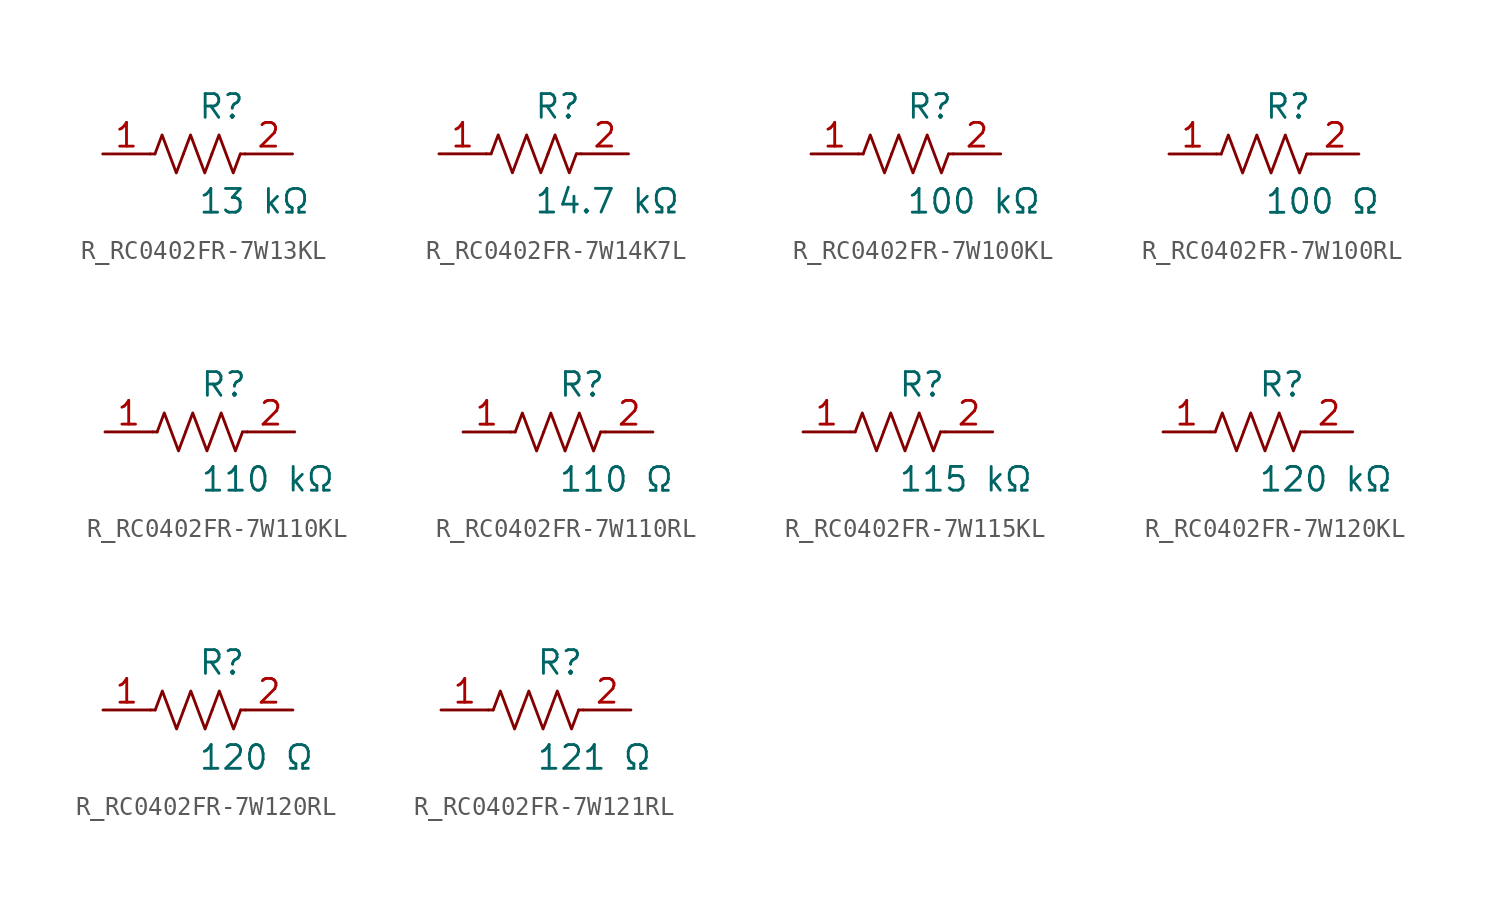
<source format=kicad_sym>
(kicad_symbol_lib
  (version 20231120)
  (generator kicad_symbol_editor)
  (generator_version 8.0)
  (symbol "R_RC0402FR-7W13KL"
    (pin_names
      (offset 0.254))
    (property "Reference" "R"
      (at 0 2.54 0)
      (effects (font (size 1.27 1.27)) (justify left)))
    (property "Value" "13 kΩ"
      (at 0 -2.54 0)
      (effects (font (size 1.27 1.27)) (justify left)))
    (symbol "R_RC0402FR-7W13KL_0_1"
      (polyline (pts (xy 2.286 0) (xy 2.54 0)) (stroke (width 0) (type default)) (fill (type none)))
      (polyline (pts (xy -2.286 0) (xy -2.54 0)) (stroke (width 0) (type default)) (fill (type none)))
      (polyline (pts (xy 0.762 0) (xy 1.143 1.016) (xy 1.524 0) (xy 1.905 -1.016) (xy 2.286 0)) (stroke (width 0) (type default)) (fill (type none)))
      (polyline (pts (xy -0.762 0) (xy -0.381 1.016) (xy 0 0) (xy 0.381 -1.016) (xy 0.762 0)) (stroke (width 0) (type default)) (fill (type none)))
      (polyline (pts (xy -2.286 0) (xy -1.905 1.016) (xy -1.524 0) (xy -1.143 -1.016) (xy -0.762 0)) (stroke (width 0) (type default)) (fill (type none))))
    (pin passive line
      (at -5.08 0 0)
      (length 2.54)
      (name "" (effects (font (size 1.27 1.27))))
      (number "1" (effects (font (size 1.27 1.27)))))
    (pin passive line
      (at 5.08 0 180)
      (length 2.54)
      (name "" (effects (font (size 1.27 1.27))))
      (number "2" (effects (font (size 1.27 1.27))))))
  (symbol "R_RC0402FR-7W14K7L"
    (pin_names
      (offset 0.254))
    (property "Reference" "R"
      (at 0 2.54 0)
      (effects (font (size 1.27 1.27)) (justify left)))
    (property "Value" "14.7 kΩ"
      (at 0 -2.54 0)
      (effects (font (size 1.27 1.27)) (justify left)))
    (symbol "R_RC0402FR-7W14K7L_0_1"
      (polyline (pts (xy 2.286 0) (xy 2.54 0)) (stroke (width 0) (type default)) (fill (type none)))
      (polyline (pts (xy -2.286 0) (xy -2.54 0)) (stroke (width 0) (type default)) (fill (type none)))
      (polyline (pts (xy 0.762 0) (xy 1.143 1.016) (xy 1.524 0) (xy 1.905 -1.016) (xy 2.286 0)) (stroke (width 0) (type default)) (fill (type none)))
      (polyline (pts (xy -0.762 0) (xy -0.381 1.016) (xy 0 0) (xy 0.381 -1.016) (xy 0.762 0)) (stroke (width 0) (type default)) (fill (type none)))
      (polyline (pts (xy -2.286 0) (xy -1.905 1.016) (xy -1.524 0) (xy -1.143 -1.016) (xy -0.762 0)) (stroke (width 0) (type default)) (fill (type none))))
    (pin passive line
      (at -5.08 0 0)
      (length 2.54)
      (name "" (effects (font (size 1.27 1.27))))
      (number "1" (effects (font (size 1.27 1.27)))))
    (pin passive line
      (at 5.08 0 180)
      (length 2.54)
      (name "" (effects (font (size 1.27 1.27))))
      (number "2" (effects (font (size 1.27 1.27))))))
  (symbol "R_RC0402FR-7W100KL"
    (pin_names
      (offset 0.254))
    (property "Reference" "R"
      (at 0 2.54 0)
      (effects (font (size 1.27 1.27)) (justify left)))
    (property "Value" "100 kΩ"
      (at 0 -2.54 0)
      (effects (font (size 1.27 1.27)) (justify left)))
    (symbol "R_RC0402FR-7W100KL_0_1"
      (polyline (pts (xy 2.286 0) (xy 2.54 0)) (stroke (width 0) (type default)) (fill (type none)))
      (polyline (pts (xy -2.286 0) (xy -2.54 0)) (stroke (width 0) (type default)) (fill (type none)))
      (polyline (pts (xy 0.762 0) (xy 1.143 1.016) (xy 1.524 0) (xy 1.905 -1.016) (xy 2.286 0)) (stroke (width 0) (type default)) (fill (type none)))
      (polyline (pts (xy -0.762 0) (xy -0.381 1.016) (xy 0 0) (xy 0.381 -1.016) (xy 0.762 0)) (stroke (width 0) (type default)) (fill (type none)))
      (polyline (pts (xy -2.286 0) (xy -1.905 1.016) (xy -1.524 0) (xy -1.143 -1.016) (xy -0.762 0)) (stroke (width 0) (type default)) (fill (type none))))
    (pin passive line
      (at -5.08 0 0)
      (length 2.54)
      (name "" (effects (font (size 1.27 1.27))))
      (number "1" (effects (font (size 1.27 1.27)))))
    (pin passive line
      (at 5.08 0 180)
      (length 2.54)
      (name "" (effects (font (size 1.27 1.27))))
      (number "2" (effects (font (size 1.27 1.27))))))
  (symbol "R_RC0402FR-7W100RL"
    (pin_names
      (offset 0.254))
    (property "Reference" "R"
      (at 0 2.54 0)
      (effects (font (size 1.27 1.27)) (justify left)))
    (property "Value" "100 Ω"
      (at 0 -2.54 0)
      (effects (font (size 1.27 1.27)) (justify left)))
    (symbol "R_RC0402FR-7W100RL_0_1"
      (polyline (pts (xy 2.286 0) (xy 2.54 0)) (stroke (width 0) (type default)) (fill (type none)))
      (polyline (pts (xy -2.286 0) (xy -2.54 0)) (stroke (width 0) (type default)) (fill (type none)))
      (polyline (pts (xy 0.762 0) (xy 1.143 1.016) (xy 1.524 0) (xy 1.905 -1.016) (xy 2.286 0)) (stroke (width 0) (type default)) (fill (type none)))
      (polyline (pts (xy -0.762 0) (xy -0.381 1.016) (xy 0 0) (xy 0.381 -1.016) (xy 0.762 0)) (stroke (width 0) (type default)) (fill (type none)))
      (polyline (pts (xy -2.286 0) (xy -1.905 1.016) (xy -1.524 0) (xy -1.143 -1.016) (xy -0.762 0)) (stroke (width 0) (type default)) (fill (type none))))
    (pin passive line
      (at -5.08 0 0)
      (length 2.54)
      (name "" (effects (font (size 1.27 1.27))))
      (number "1" (effects (font (size 1.27 1.27)))))
    (pin passive line
      (at 5.08 0 180)
      (length 2.54)
      (name "" (effects (font (size 1.27 1.27))))
      (number "2" (effects (font (size 1.27 1.27))))))
  (symbol "R_RC0402FR-7W110KL"
    (pin_names
      (offset 0.254))
    (property "Reference" "R"
      (at 0 2.54 0)
      (effects (font (size 1.27 1.27)) (justify left)))
    (property "Value" "110 kΩ"
      (at 0 -2.54 0)
      (effects (font (size 1.27 1.27)) (justify left)))
    (symbol "R_RC0402FR-7W110KL_0_1"
      (polyline (pts (xy 2.286 0) (xy 2.54 0)) (stroke (width 0) (type default)) (fill (type none)))
      (polyline (pts (xy -2.286 0) (xy -2.54 0)) (stroke (width 0) (type default)) (fill (type none)))
      (polyline (pts (xy 0.762 0) (xy 1.143 1.016) (xy 1.524 0) (xy 1.905 -1.016) (xy 2.286 0)) (stroke (width 0) (type default)) (fill (type none)))
      (polyline (pts (xy -0.762 0) (xy -0.381 1.016) (xy 0 0) (xy 0.381 -1.016) (xy 0.762 0)) (stroke (width 0) (type default)) (fill (type none)))
      (polyline (pts (xy -2.286 0) (xy -1.905 1.016) (xy -1.524 0) (xy -1.143 -1.016) (xy -0.762 0)) (stroke (width 0) (type default)) (fill (type none))))
    (pin passive line
      (at -5.08 0 0)
      (length 2.54)
      (name "" (effects (font (size 1.27 1.27))))
      (number "1" (effects (font (size 1.27 1.27)))))
    (pin passive line
      (at 5.08 0 180)
      (length 2.54)
      (name "" (effects (font (size 1.27 1.27))))
      (number "2" (effects (font (size 1.27 1.27))))))
  (symbol "R_RC0402FR-7W110RL"
    (pin_names
      (offset 0.254))
    (property "Reference" "R"
      (at 0 2.54 0)
      (effects (font (size 1.27 1.27)) (justify left)))
    (property "Value" "110 Ω"
      (at 0 -2.54 0)
      (effects (font (size 1.27 1.27)) (justify left)))
    (symbol "R_RC0402FR-7W110RL_0_1"
      (polyline (pts (xy 2.286 0) (xy 2.54 0)) (stroke (width 0) (type default)) (fill (type none)))
      (polyline (pts (xy -2.286 0) (xy -2.54 0)) (stroke (width 0) (type default)) (fill (type none)))
      (polyline (pts (xy 0.762 0) (xy 1.143 1.016) (xy 1.524 0) (xy 1.905 -1.016) (xy 2.286 0)) (stroke (width 0) (type default)) (fill (type none)))
      (polyline (pts (xy -0.762 0) (xy -0.381 1.016) (xy 0 0) (xy 0.381 -1.016) (xy 0.762 0)) (stroke (width 0) (type default)) (fill (type none)))
      (polyline (pts (xy -2.286 0) (xy -1.905 1.016) (xy -1.524 0) (xy -1.143 -1.016) (xy -0.762 0)) (stroke (width 0) (type default)) (fill (type none))))
    (pin passive line
      (at -5.08 0 0)
      (length 2.54)
      (name "" (effects (font (size 1.27 1.27))))
      (number "1" (effects (font (size 1.27 1.27)))))
    (pin passive line
      (at 5.08 0 180)
      (length 2.54)
      (name "" (effects (font (size 1.27 1.27))))
      (number "2" (effects (font (size 1.27 1.27))))))
  (symbol "R_RC0402FR-7W115KL"
    (pin_names
      (offset 0.254))
    (property "Reference" "R"
      (at 0 2.54 0)
      (effects (font (size 1.27 1.27)) (justify left)))
    (property "Value" "115 kΩ"
      (at 0 -2.54 0)
      (effects (font (size 1.27 1.27)) (justify left)))
    (symbol "R_RC0402FR-7W115KL_0_1"
      (polyline (pts (xy 2.286 0) (xy 2.54 0)) (stroke (width 0) (type default)) (fill (type none)))
      (polyline (pts (xy -2.286 0) (xy -2.54 0)) (stroke (width 0) (type default)) (fill (type none)))
      (polyline (pts (xy 0.762 0) (xy 1.143 1.016) (xy 1.524 0) (xy 1.905 -1.016) (xy 2.286 0)) (stroke (width 0) (type default)) (fill (type none)))
      (polyline (pts (xy -0.762 0) (xy -0.381 1.016) (xy 0 0) (xy 0.381 -1.016) (xy 0.762 0)) (stroke (width 0) (type default)) (fill (type none)))
      (polyline (pts (xy -2.286 0) (xy -1.905 1.016) (xy -1.524 0) (xy -1.143 -1.016) (xy -0.762 0)) (stroke (width 0) (type default)) (fill (type none))))
    (pin passive line
      (at -5.08 0 0)
      (length 2.54)
      (name "" (effects (font (size 1.27 1.27))))
      (number "1" (effects (font (size 1.27 1.27)))))
    (pin passive line
      (at 5.08 0 180)
      (length 2.54)
      (name "" (effects (font (size 1.27 1.27))))
      (number "2" (effects (font (size 1.27 1.27))))))
  (symbol "R_RC0402FR-7W120KL"
    (pin_names
      (offset 0.254))
    (property "Reference" "R"
      (at 0 2.54 0)
      (effects (font (size 1.27 1.27)) (justify left)))
    (property "Value" "120 kΩ"
      (at 0 -2.54 0)
      (effects (font (size 1.27 1.27)) (justify left)))
    (symbol "R_RC0402FR-7W120KL_0_1"
      (polyline (pts (xy 2.286 0) (xy 2.54 0)) (stroke (width 0) (type default)) (fill (type none)))
      (polyline (pts (xy -2.286 0) (xy -2.54 0)) (stroke (width 0) (type default)) (fill (type none)))
      (polyline (pts (xy 0.762 0) (xy 1.143 1.016) (xy 1.524 0) (xy 1.905 -1.016) (xy 2.286 0)) (stroke (width 0) (type default)) (fill (type none)))
      (polyline (pts (xy -0.762 0) (xy -0.381 1.016) (xy 0 0) (xy 0.381 -1.016) (xy 0.762 0)) (stroke (width 0) (type default)) (fill (type none)))
      (polyline (pts (xy -2.286 0) (xy -1.905 1.016) (xy -1.524 0) (xy -1.143 -1.016) (xy -0.762 0)) (stroke (width 0) (type default)) (fill (type none))))
    (pin passive line
      (at -5.08 0 0)
      (length 2.54)
      (name "" (effects (font (size 1.27 1.27))))
      (number "1" (effects (font (size 1.27 1.27)))))
    (pin passive line
      (at 5.08 0 180)
      (length 2.54)
      (name "" (effects (font (size 1.27 1.27))))
      (number "2" (effects (font (size 1.27 1.27))))))
  (symbol "R_RC0402FR-7W120RL"
    (pin_names
      (offset 0.254))
    (property "Reference" "R"
      (at 0 2.54 0)
      (effects (font (size 1.27 1.27)) (justify left)))
    (property "Value" "120 Ω"
      (at 0 -2.54 0)
      (effects (font (size 1.27 1.27)) (justify left)))
    (symbol "R_RC0402FR-7W120RL_0_1"
      (polyline (pts (xy 2.286 0) (xy 2.54 0)) (stroke (width 0) (type default)) (fill (type none)))
      (polyline (pts (xy -2.286 0) (xy -2.54 0)) (stroke (width 0) (type default)) (fill (type none)))
      (polyline (pts (xy 0.762 0) (xy 1.143 1.016) (xy 1.524 0) (xy 1.905 -1.016) (xy 2.286 0)) (stroke (width 0) (type default)) (fill (type none)))
      (polyline (pts (xy -0.762 0) (xy -0.381 1.016) (xy 0 0) (xy 0.381 -1.016) (xy 0.762 0)) (stroke (width 0) (type default)) (fill (type none)))
      (polyline (pts (xy -2.286 0) (xy -1.905 1.016) (xy -1.524 0) (xy -1.143 -1.016) (xy -0.762 0)) (stroke (width 0) (type default)) (fill (type none))))
    (pin passive line
      (at -5.08 0 0)
      (length 2.54)
      (name "" (effects (font (size 1.27 1.27))))
      (number "1" (effects (font (size 1.27 1.27)))))
    (pin passive line
      (at 5.08 0 180)
      (length 2.54)
      (name "" (effects (font (size 1.27 1.27))))
      (number "2" (effects (font (size 1.27 1.27))))))
  (symbol "R_RC0402FR-7W121RL"
    (pin_names
      (offset 0.254))
    (property "Reference" "R"
      (at 0 2.54 0)
      (effects (font (size 1.27 1.27)) (justify left)))
    (property "Value" "121 Ω"
      (at 0 -2.54 0)
      (effects (font (size 1.27 1.27)) (justify left)))
    (symbol "R_RC0402FR-7W121RL_0_1"
      (polyline (pts (xy 2.286 0) (xy 2.54 0)) (stroke (width 0) (type default)) (fill (type none)))
      (polyline (pts (xy -2.286 0) (xy -2.54 0)) (stroke (width 0) (type default)) (fill (type none)))
      (polyline (pts (xy 0.762 0) (xy 1.143 1.016) (xy 1.524 0) (xy 1.905 -1.016) (xy 2.286 0)) (stroke (width 0) (type default)) (fill (type none)))
      (polyline (pts (xy -0.762 0) (xy -0.381 1.016) (xy 0 0) (xy 0.381 -1.016) (xy 0.762 0)) (stroke (width 0) (type default)) (fill (type none)))
      (polyline (pts (xy -2.286 0) (xy -1.905 1.016) (xy -1.524 0) (xy -1.143 -1.016) (xy -0.762 0)) (stroke (width 0) (type default)) (fill (type none))))
    (pin passive line
      (at -5.08 0 0)
      (length 2.54)
      (name "" (effects (font (size 1.27 1.27))))
      (number "1" (effects (font (size 1.27 1.27)))))
    (pin passive line
      (at 5.08 0 180)
      (length 2.54)
      (name "" (effects (font (size 1.27 1.27))))
      (number "2" (effects (font (size 1.27 1.27)))))))
</source>
